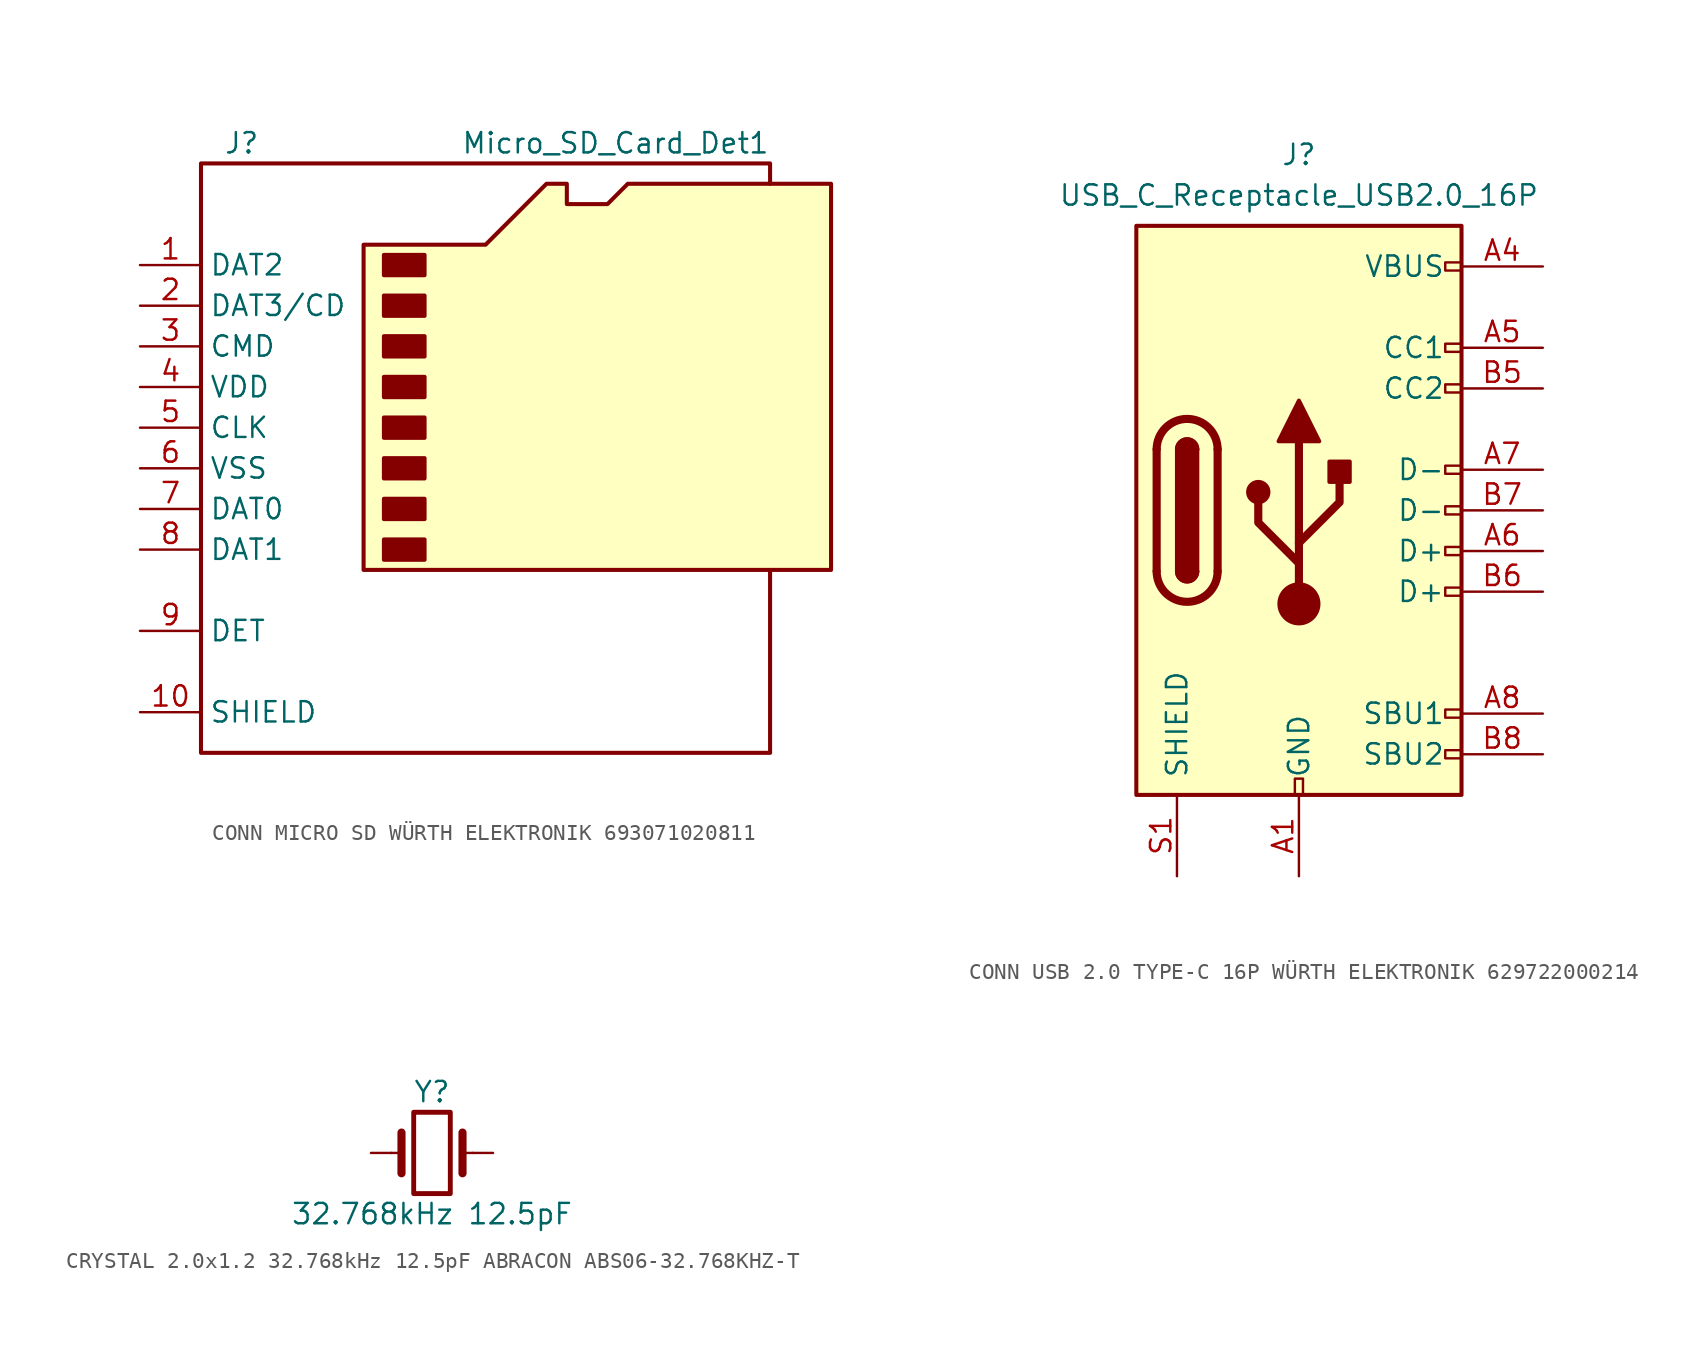
<source format=kicad_sym>
(kicad_symbol_lib
  (version 20231120)
  (generator "kicad_symbol_editor")
  (generator_version "8.0")
  (symbol "CONN MICRO SD WÜRTH ELEKTRONIK 693071020811"
    (property "Reference" "J"
      (at -16.51 17.78 0)
      (effects (font (size 1.27 1.27))))
    (property "Value" "Micro_SD_Card_Det1"
      (at 16.51 17.78 0)
      (effects (font (size 1.27 1.27)) (justify right)))
    (symbol "CONN MICRO SD WÜRTH ELEKTRONIK 693071020811_0_1"
      (rectangle (start -7.62 -6.985) (end -5.08 -8.255) (stroke (width 0.254) (type default)) (fill (type outline)))
      (rectangle (start -7.62 -4.445) (end -5.08 -5.715) (stroke (width 0.254) (type default)) (fill (type outline)))
      (rectangle (start -7.62 -1.905) (end -5.08 -3.175) (stroke (width 0.254) (type default)) (fill (type outline)))
      (rectangle (start -7.62 0.635) (end -5.08 -0.635) (stroke (width 0.254) (type default)) (fill (type outline)))
      (rectangle (start -7.62 3.175) (end -5.08 1.905) (stroke (width 0.254) (type default)) (fill (type outline)))
      (rectangle (start -7.62 5.715) (end -5.08 4.445) (stroke (width 0.254) (type default)) (fill (type outline)))
      (rectangle (start -7.62 8.255) (end -5.08 6.985) (stroke (width 0.254) (type default)) (fill (type outline)))
      (rectangle (start -7.62 10.795) (end -5.08 9.525) (stroke (width 0.254) (type default)) (fill (type outline)))
      (polyline (pts (xy 16.51 15.24) (xy 16.51 16.51) (xy -19.05 16.51) (xy -19.05 -20.32) (xy 16.51 -20.32) (xy 16.51 -8.89)) (stroke (width 0.254) (type default)) (fill (type none)))
      (polyline (pts (xy -8.89 -8.89) (xy -8.89 11.43) (xy -1.27 11.43) (xy 2.54 15.24) (xy 3.81 15.24) (xy 3.81 13.97) (xy 6.35 13.97) (xy 7.62 15.24) (xy 20.32 15.24) (xy 20.32 -8.89) (xy -8.89 -8.89)) (stroke (width 0.254) (type default)) (fill (type background))))
    (symbol "CONN MICRO SD WÜRTH ELEKTRONIK 693071020811_1_1"
      (pin bidirectional line (at -22.86 10.16 0) (length 3.81) (name "DAT2" (effects (font (size 1.27 1.27)))) (number "1" (effects (font (size 1.27 1.27)))))
      (pin passive line (at -22.86 -17.78 0) (length 3.81) (name "SHIELD" (effects (font (size 1.27 1.27)))) (number "10" (effects (font (size 1.27 1.27)))))
      (pin passive line (at -22.86 -17.78 0) (length 3.81) hide (name "SHIELD" (effects (font (size 1.27 1.27)))) (number "11" (effects (font (size 1.27 1.27)))))
      (pin passive line (at -22.86 -17.78 0) (length 3.81) hide (name "SHIELD" (effects (font (size 1.27 1.27)))) (number "12" (effects (font (size 1.27 1.27)))))
      (pin passive line (at -22.86 -17.78 0) (length 3.81) hide (name "SHIELD" (effects (font (size 1.27 1.27)))) (number "13" (effects (font (size 1.27 1.27)))))
      (pin bidirectional line (at -22.86 7.62 0) (length 3.81) (name "DAT3/CD" (effects (font (size 1.27 1.27)))) (number "2" (effects (font (size 1.27 1.27)))))
      (pin input line (at -22.86 5.08 0) (length 3.81) (name "CMD" (effects (font (size 1.27 1.27)))) (number "3" (effects (font (size 1.27 1.27)))))
      (pin power_in line (at -22.86 2.54 0) (length 3.81) (name "VDD" (effects (font (size 1.27 1.27)))) (number "4" (effects (font (size 1.27 1.27)))))
      (pin input line (at -22.86 0 0) (length 3.81) (name "CLK" (effects (font (size 1.27 1.27)))) (number "5" (effects (font (size 1.27 1.27)))))
      (pin power_in line (at -22.86 -2.54 0) (length 3.81) (name "VSS" (effects (font (size 1.27 1.27)))) (number "6" (effects (font (size 1.27 1.27)))))
      (pin bidirectional line (at -22.86 -5.08 0) (length 3.81) (name "DAT0" (effects (font (size 1.27 1.27)))) (number "7" (effects (font (size 1.27 1.27)))))
      (pin bidirectional line (at -22.86 -7.62 0) (length 3.81) (name "DAT1" (effects (font (size 1.27 1.27)))) (number "8" (effects (font (size 1.27 1.27)))))
      (pin passive line (at -22.86 -12.7 0) (length 3.81) (name "DET" (effects (font (size 1.27 1.27)))) (number "9" (effects (font (size 1.27 1.27)))))))
  (symbol "CONN USB 2.0 TYPE-C 16P WÜRTH ELEKTRONIK 629722000214"
    (pin_names
      (offset 1.016))
    (property "Reference" "J"
      (at 0 22.225 0)
      (effects (font (size 1.27 1.27))))
    (property "Value" "USB_C_Receptacle_USB2.0_16P"
      (at 0 19.685 0)
      (effects (font (size 1.27 1.27))))
    (symbol "CONN USB 2.0 TYPE-C 16P WÜRTH ELEKTRONIK 629722000214_0_0"
      (rectangle (start -0.254 -17.78) (end 0.254 -16.764) (stroke (width 0) (type default)) (fill (type none)))
      (rectangle (start 10.16 -14.986) (end 9.144 -15.494) (stroke (width 0) (type default)) (fill (type none)))
      (rectangle (start 10.16 -12.446) (end 9.144 -12.954) (stroke (width 0) (type default)) (fill (type none)))
      (rectangle (start 10.16 -4.826) (end 9.144 -5.334) (stroke (width 0) (type default)) (fill (type none)))
      (rectangle (start 10.16 -2.286) (end 9.144 -2.794) (stroke (width 0) (type default)) (fill (type none)))
      (rectangle (start 10.16 0.254) (end 9.144 -0.254) (stroke (width 0) (type default)) (fill (type none)))
      (rectangle (start 10.16 2.794) (end 9.144 2.286) (stroke (width 0) (type default)) (fill (type none)))
      (rectangle (start 10.16 7.874) (end 9.144 7.366) (stroke (width 0) (type default)) (fill (type none)))
      (rectangle (start 10.16 10.414) (end 9.144 9.906) (stroke (width 0) (type default)) (fill (type none)))
      (rectangle (start 10.16 15.494) (end 9.144 14.986) (stroke (width 0) (type default)) (fill (type none))))
    (symbol "CONN USB 2.0 TYPE-C 16P WÜRTH ELEKTRONIK 629722000214_0_1"
      (rectangle (start -10.16 17.78) (end 10.16 -17.78) (stroke (width 0.254) (type default)) (fill (type background)))
      (arc (start -8.89 -3.81) (mid -6.985 -5.7067) (end -5.08 -3.81) (stroke (width 0.508) (type default)) (fill (type none)))
      (arc (start -7.62 -3.81) (mid -6.985 -4.4423) (end -6.35 -3.81) (stroke (width 0.254) (type default)) (fill (type none)))
      (arc (start -7.62 -3.81) (mid -6.985 -4.4423) (end -6.35 -3.81) (stroke (width 0.254) (type default)) (fill (type outline)))
      (rectangle (start -7.62 -3.81) (end -6.35 3.81) (stroke (width 0.254) (type default)) (fill (type outline)))
      (arc (start -6.35 3.81) (mid -6.985 4.4423) (end -7.62 3.81) (stroke (width 0.254) (type default)) (fill (type none)))
      (arc (start -6.35 3.81) (mid -6.985 4.4423) (end -7.62 3.81) (stroke (width 0.254) (type default)) (fill (type outline)))
      (arc (start -5.08 3.81) (mid -6.985 5.7067) (end -8.89 3.81) (stroke (width 0.508) (type default)) (fill (type none)))
      (circle (center -2.54 1.143) (radius 0.635) (stroke (width 0.254) (type default)) (fill (type outline)))
      (circle (center 0 -5.842) (radius 1.27) (stroke (width 0) (type default)) (fill (type outline)))
      (polyline (pts (xy -8.89 -3.81) (xy -8.89 3.81)) (stroke (width 0.508) (type default)) (fill (type none)))
      (polyline (pts (xy -5.08 3.81) (xy -5.08 -3.81)) (stroke (width 0.508) (type default)) (fill (type none)))
      (polyline (pts (xy 0 -5.842) (xy 0 4.318)) (stroke (width 0.508) (type default)) (fill (type none)))
      (polyline (pts (xy 0 -3.302) (xy -2.54 -0.762) (xy -2.54 0.508)) (stroke (width 0.508) (type default)) (fill (type none)))
      (polyline (pts (xy 0 -2.032) (xy 2.54 0.508) (xy 2.54 1.778)) (stroke (width 0.508) (type default)) (fill (type none)))
      (polyline (pts (xy -1.27 4.318) (xy 0 6.858) (xy 1.27 4.318) (xy -1.27 4.318)) (stroke (width 0.254) (type default)) (fill (type outline)))
      (rectangle (start 1.905 1.778) (end 3.175 3.048) (stroke (width 0.254) (type default)) (fill (type outline))))
    (symbol "CONN USB 2.0 TYPE-C 16P WÜRTH ELEKTRONIK 629722000214_1_1"
      (pin passive line (at 0 -22.86 90) (length 5.08) (name "GND" (effects (font (size 1.27 1.27)))) (number "A1" (effects (font (size 1.27 1.27)))))
      (pin passive line (at 0 -22.86 90) (length 5.08) hide (name "GND" (effects (font (size 1.27 1.27)))) (number "A12" (effects (font (size 1.27 1.27)))))
      (pin passive line (at 15.24 15.24 180) (length 5.08) (name "VBUS" (effects (font (size 1.27 1.27)))) (number "A4" (effects (font (size 1.27 1.27)))))
      (pin bidirectional line (at 15.24 10.16 180) (length 5.08) (name "CC1" (effects (font (size 1.27 1.27)))) (number "A5" (effects (font (size 1.27 1.27)))))
      (pin bidirectional line (at 15.24 -2.54 180) (length 5.08) (name "D+" (effects (font (size 1.27 1.27)))) (number "A6" (effects (font (size 1.27 1.27)))))
      (pin bidirectional line (at 15.24 2.54 180) (length 5.08) (name "D-" (effects (font (size 1.27 1.27)))) (number "A7" (effects (font (size 1.27 1.27)))))
      (pin bidirectional line (at 15.24 -12.7 180) (length 5.08) (name "SBU1" (effects (font (size 1.27 1.27)))) (number "A8" (effects (font (size 1.27 1.27)))))
      (pin passive line (at 15.24 15.24 180) (length 5.08) hide (name "VBUS" (effects (font (size 1.27 1.27)))) (number "A9" (effects (font (size 1.27 1.27)))))
      (pin passive line (at 0 -22.86 90) (length 5.08) hide (name "GND" (effects (font (size 1.27 1.27)))) (number "B1" (effects (font (size 1.27 1.27)))))
      (pin passive line (at 0 -22.86 90) (length 5.08) hide (name "GND" (effects (font (size 1.27 1.27)))) (number "B12" (effects (font (size 1.27 1.27)))))
      (pin passive line (at 15.24 15.24 180) (length 5.08) hide (name "VBUS" (effects (font (size 1.27 1.27)))) (number "B4" (effects (font (size 1.27 1.27)))))
      (pin bidirectional line (at 15.24 7.62 180) (length 5.08) (name "CC2" (effects (font (size 1.27 1.27)))) (number "B5" (effects (font (size 1.27 1.27)))))
      (pin bidirectional line (at 15.24 -5.08 180) (length 5.08) (name "D+" (effects (font (size 1.27 1.27)))) (number "B6" (effects (font (size 1.27 1.27)))))
      (pin bidirectional line (at 15.24 0 180) (length 5.08) (name "D-" (effects (font (size 1.27 1.27)))) (number "B7" (effects (font (size 1.27 1.27)))))
      (pin bidirectional line (at 15.24 -15.24 180) (length 5.08) (name "SBU2" (effects (font (size 1.27 1.27)))) (number "B8" (effects (font (size 1.27 1.27)))))
      (pin passive line (at 15.24 15.24 180) (length 5.08) hide (name "VBUS" (effects (font (size 1.27 1.27)))) (number "B9" (effects (font (size 1.27 1.27)))))
      (pin passive line (at -7.62 -22.86 90) (length 5.08) (name "SHIELD" (effects (font (size 1.27 1.27)))) (number "S1" (effects (font (size 1.27 1.27)))))))
  (symbol "CRYSTAL 2.0x1.2 32.768kHz 12.5pF ABRACON ABS06-32.768KHZ-T"
    (pin_numbers hide)
    (pin_names
      (offset 1.016) hide)
    (property "Reference" "Y"
      (at 0 3.81 0)
      (effects (font (size 1.27 1.27))))
    (property "Value" "32.768kHz 12.5pF"
      (at 0 -3.81 0)
      (effects (font (size 1.27 1.27))))
    (symbol "CRYSTAL 2.0x1.2 32.768kHz 12.5pF ABRACON ABS06-32.768KHZ-T_0_1"
      (rectangle (start -1.143 2.54) (end 1.143 -2.54) (stroke (width 0.305) (type default)) (fill (type none)))
      (polyline (pts (xy -2.54 0) (xy -1.905 0)) (stroke (width 0) (type default)) (fill (type none)))
      (polyline (pts (xy -1.905 -1.27) (xy -1.905 1.27)) (stroke (width 0.508) (type default)) (fill (type none)))
      (polyline (pts (xy 1.905 -1.27) (xy 1.905 1.27)) (stroke (width 0.508) (type default)) (fill (type none)))
      (polyline (pts (xy 2.54 0) (xy 1.905 0)) (stroke (width 0) (type default)) (fill (type none))))
    (symbol "CRYSTAL 2.0x1.2 32.768kHz 12.5pF ABRACON ABS06-32.768KHZ-T_1_1"
      (pin passive line (at -3.81 0 0) (length 1.27) (name "1" (effects (font (size 1.27 1.27)))) (number "1" (effects (font (size 1.27 1.27)))))
      (pin passive line (at 3.81 0 180) (length 1.27) (name "2" (effects (font (size 1.27 1.27)))) (number "2" (effects (font (size 1.27 1.27))))))))
</source>
